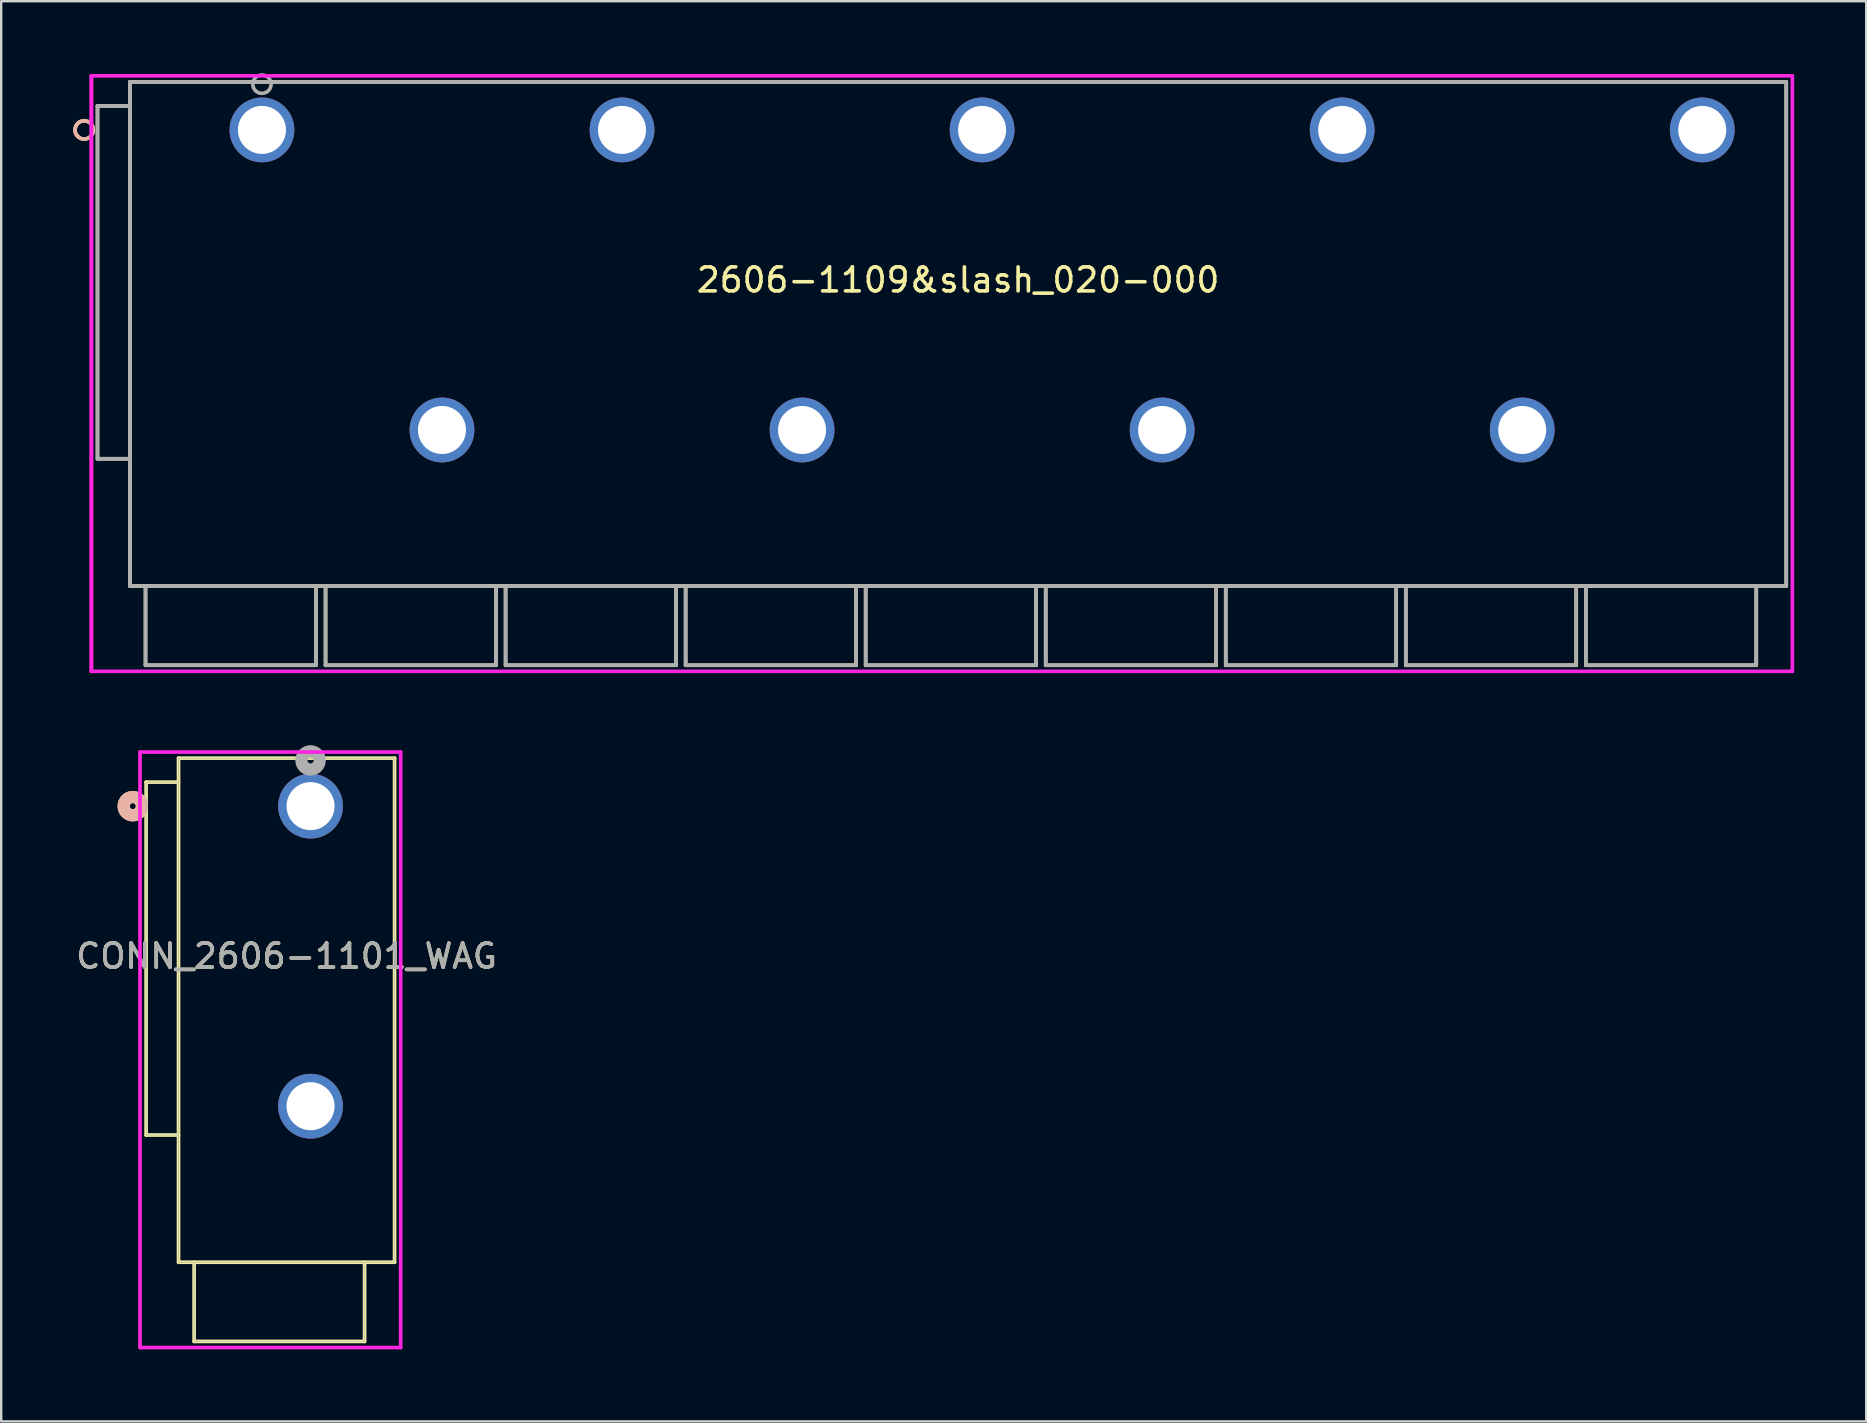
<source format=kicad_pcb>
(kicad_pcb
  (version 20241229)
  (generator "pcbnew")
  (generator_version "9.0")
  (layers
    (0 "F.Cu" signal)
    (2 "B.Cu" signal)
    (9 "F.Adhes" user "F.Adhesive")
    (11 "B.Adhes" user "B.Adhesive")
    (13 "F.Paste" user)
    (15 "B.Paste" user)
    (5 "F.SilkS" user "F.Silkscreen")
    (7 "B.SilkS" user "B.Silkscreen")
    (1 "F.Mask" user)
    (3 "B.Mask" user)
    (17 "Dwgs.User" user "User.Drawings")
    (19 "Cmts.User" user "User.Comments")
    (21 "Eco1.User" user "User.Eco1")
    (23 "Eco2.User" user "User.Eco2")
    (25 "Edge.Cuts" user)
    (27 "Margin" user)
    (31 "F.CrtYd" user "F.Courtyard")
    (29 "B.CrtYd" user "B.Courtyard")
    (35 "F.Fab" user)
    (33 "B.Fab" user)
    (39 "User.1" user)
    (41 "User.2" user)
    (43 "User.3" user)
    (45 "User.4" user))
  (footprint "2606-1109&slash_020-000"
    (layer "F.Cu")
    (at 7.862 2.362)
    (property "Reference" "2606-1109&slash_020-000" (at 29 6.25 0) (layer "F.SilkS") (effects (font (size 1 1) (thickness 0.15))))
    (attr through_hole)
    (fp_line (start -6.85 13.7) (end -6.85 -1) (stroke (width 0.152) (type solid)) (layer "F.SilkS"))
    (fp_line (start -5.5 -1) (end -6.85 -1) (stroke (width 0.152) (type solid)) (layer "F.SilkS"))
    (fp_line (start -5.5 13.7) (end -6.85 13.7) (stroke (width 0.152) (type solid)) (layer "F.SilkS"))
    (fp_line (start -5.5 -2) (end 63.5 -2) (stroke (width 0.152) (type solid)) (layer "F.SilkS"))
    (fp_line (start -5.5 19) (end -5.5 -2) (stroke (width 0.152) (type solid)) (layer "F.SilkS"))
    (fp_line (start -5.5 19) (end 63.5 19) (stroke (width 0.152) (type solid)) (layer "F.SilkS"))
    (fp_line (start -4.85 19) (end -4.85 22.3) (stroke (width 0.152) (type solid)) (layer "F.SilkS"))
    (fp_line (start -4.85 22.3) (end 2.25 22.3) (stroke (width 0.152) (type solid)) (layer "F.SilkS"))
    (fp_line (start 2.25 19) (end 2.25 22.3) (stroke (width 0.152) (type solid)) (layer "F.SilkS"))
    (fp_line (start 2.65 19) (end 2.65 22.3) (stroke (width 0.152) (type solid)) (layer "F.SilkS"))
    (fp_line (start 2.65 22.3) (end 9.75 22.3) (stroke (width 0.152) (type solid)) (layer "F.SilkS"))
    (fp_line (start 9.75 19) (end 9.75 22.3) (stroke (width 0.152) (type solid)) (layer "F.SilkS"))
    (fp_line (start 10.15 19) (end 10.15 22.3) (stroke (width 0.152) (type solid)) (layer "F.SilkS"))
    (fp_line (start 10.15 22.3) (end 17.25 22.3) (stroke (width 0.152) (type solid)) (layer "F.SilkS"))
    (fp_line (start 17.25 19) (end 17.25 22.3) (stroke (width 0.152) (type solid)) (layer "F.SilkS"))
    (fp_line (start 17.65 19) (end 17.65 22.3) (stroke (width 0.152) (type solid)) (layer "F.SilkS"))
    (fp_line (start 17.65 22.3) (end 24.75 22.3) (stroke (width 0.152) (type solid)) (layer "F.SilkS"))
    (fp_line (start 24.75 19) (end 24.75 22.3) (stroke (width 0.152) (type solid)) (layer "F.SilkS"))
    (fp_line (start 25.15 19) (end 25.15 22.3) (stroke (width 0.152) (type solid)) (layer "F.SilkS"))
    (fp_line (start 25.15 22.3) (end 32.25 22.3) (stroke (width 0.152) (type solid)) (layer "F.SilkS"))
    (fp_line (start 32.25 19) (end 32.25 22.3) (stroke (width 0.152) (type solid)) (layer "F.SilkS"))
    (fp_line (start 32.65 19) (end 32.65 22.3) (stroke (width 0.152) (type solid)) (layer "F.SilkS"))
    (fp_line (start 32.65 22.3) (end 39.75 22.3) (stroke (width 0.152) (type solid)) (layer "F.SilkS"))
    (fp_line (start 39.75 19) (end 39.75 22.3) (stroke (width 0.152) (type solid)) (layer "F.SilkS"))
    (fp_line (start 40.15 19) (end 40.15 22.3) (stroke (width 0.152) (type solid)) (layer "F.SilkS"))
    (fp_line (start 40.15 22.3) (end 47.25 22.3) (stroke (width 0.152) (type solid)) (layer "F.SilkS"))
    (fp_line (start 47.25 19) (end 47.25 22.3) (stroke (width 0.152) (type solid)) (layer "F.SilkS"))
    (fp_line (start 47.65 19) (end 47.65 22.3) (stroke (width 0.152) (type solid)) (layer "F.SilkS"))
    (fp_line (start 47.65 22.3) (end 54.75 22.3) (stroke (width 0.152) (type solid)) (layer "F.SilkS"))
    (fp_line (start 54.75 19) (end 54.75 22.3) (stroke (width 0.152) (type solid)) (layer "F.SilkS"))
    (fp_line (start 55.15 19) (end 55.15 22.3) (stroke (width 0.152) (type solid)) (layer "F.SilkS"))
    (fp_line (start 55.15 22.3) (end 62.25 22.3) (stroke (width 0.152) (type solid)) (layer "F.SilkS"))
    (fp_line (start 62.25 19) (end 62.25 22.3) (stroke (width 0.152) (type solid)) (layer "F.SilkS"))
    (fp_line (start 63.5 -2) (end 63.5 19) (stroke (width 0.152) (type solid)) (layer "F.SilkS"))
    (fp_circle (center -7.405 0) (end -7.024 0) (stroke (width 0.152) (type solid)) (fill no) (layer "F.SilkS"))
    (fp_circle (center -7.405 0) (end -7.024 0) (stroke (width 0.152) (type solid)) (fill no) (layer "B.SilkS"))
    (fp_line (start -7.104 -2.254) (end -7.104 22.554) (stroke (width 0.152) (type solid)) (layer "F.CrtYd"))
    (fp_line (start -7.104 -2.254) (end -7.104 22.554) (stroke (width 0.152) (type solid)) (layer "F.CrtYd"))
    (fp_line (start -7.104 22.554) (end 63.754 22.554) (stroke (width 0.152) (type solid)) (layer "F.CrtYd"))
    (fp_line (start 63.754 -2.254) (end -7.104 -2.254) (stroke (width 0.152) (type solid)) (layer "F.CrtYd"))
    (fp_line (start 63.754 22.554) (end 63.754 -2.254) (stroke (width 0.152) (type solid)) (layer "F.CrtYd"))
    (fp_line (start -6.85 13.7) (end -6.85 -1) (stroke (width 0.152) (type solid)) (layer "F.Fab"))
    (fp_line (start -5.5 -1) (end -6.85 -1) (stroke (width 0.152) (type solid)) (layer "F.Fab"))
    (fp_line (start -5.5 13.7) (end -6.85 13.7) (stroke (width 0.152) (type solid)) (layer "F.Fab"))
    (fp_line (start -5.5 -2) (end 63.5 -2) (stroke (width 0.152) (type solid)) (layer "F.Fab"))
    (fp_line (start -5.5 19) (end -5.5 -2) (stroke (width 0.152) (type solid)) (layer "F.Fab"))
    (fp_line (start -5.5 19) (end 63.5 19) (stroke (width 0.152) (type solid)) (layer "F.Fab"))
    (fp_line (start -4.85 19) (end -4.85 22.3) (stroke (width 0.152) (type solid)) (layer "F.Fab"))
    (fp_line (start -4.85 22.3) (end 2.25 22.3) (stroke (width 0.152) (type solid)) (layer "F.Fab"))
    (fp_line (start 2.25 19) (end 2.25 22.3) (stroke (width 0.152) (type solid)) (layer "F.Fab"))
    (fp_line (start 2.65 19) (end 2.65 22.3) (stroke (width 0.152) (type solid)) (layer "F.Fab"))
    (fp_line (start 2.65 22.3) (end 9.75 22.3) (stroke (width 0.152) (type solid)) (layer "F.Fab"))
    (fp_line (start 9.75 19) (end 9.75 22.3) (stroke (width 0.152) (type solid)) (layer "F.Fab"))
    (fp_line (start 10.15 19) (end 10.15 22.3) (stroke (width 0.152) (type solid)) (layer "F.Fab"))
    (fp_line (start 10.15 22.3) (end 17.25 22.3) (stroke (width 0.152) (type solid)) (layer "F.Fab"))
    (fp_line (start 17.25 19) (end 17.25 22.3) (stroke (width 0.152) (type solid)) (layer "F.Fab"))
    (fp_line (start 17.65 19) (end 17.65 22.3) (stroke (width 0.152) (type solid)) (layer "F.Fab"))
    (fp_line (start 17.65 22.3) (end 24.75 22.3) (stroke (width 0.152) (type solid)) (layer "F.Fab"))
    (fp_line (start 24.75 19) (end 24.75 22.3) (stroke (width 0.152) (type solid)) (layer "F.Fab"))
    (fp_line (start 25.15 19) (end 25.15 22.3) (stroke (width 0.152) (type solid)) (layer "F.Fab"))
    (fp_line (start 25.15 22.3) (end 32.25 22.3) (stroke (width 0.152) (type solid)) (layer "F.Fab"))
    (fp_line (start 32.25 19) (end 32.25 22.3) (stroke (width 0.152) (type solid)) (layer "F.Fab"))
    (fp_line (start 32.65 19) (end 32.65 22.3) (stroke (width 0.152) (type solid)) (layer "F.Fab"))
    (fp_line (start 32.65 22.3) (end 39.75 22.3) (stroke (width 0.152) (type solid)) (layer "F.Fab"))
    (fp_line (start 39.75 19) (end 39.75 22.3) (stroke (width 0.152) (type solid)) (layer "F.Fab"))
    (fp_line (start 40.15 19) (end 40.15 22.3) (stroke (width 0.152) (type solid)) (layer "F.Fab"))
    (fp_line (start 40.15 22.3) (end 47.25 22.3) (stroke (width 0.152) (type solid)) (layer "F.Fab"))
    (fp_line (start 47.25 19) (end 47.25 22.3) (stroke (width 0.152) (type solid)) (layer "F.Fab"))
    (fp_line (start 47.65 19) (end 47.65 22.3) (stroke (width 0.152) (type solid)) (layer "F.Fab"))
    (fp_line (start 47.65 22.3) (end 54.75 22.3) (stroke (width 0.152) (type solid)) (layer "F.Fab"))
    (fp_line (start 54.75 19) (end 54.75 22.3) (stroke (width 0.152) (type solid)) (layer "F.Fab"))
    (fp_line (start 55.15 19) (end 55.15 22.3) (stroke (width 0.152) (type solid)) (layer "F.Fab"))
    (fp_line (start 55.15 22.3) (end 62.25 22.3) (stroke (width 0.152) (type solid)) (layer "F.Fab"))
    (fp_line (start 62.25 19) (end 62.25 22.3) (stroke (width 0.152) (type solid)) (layer "F.Fab"))
    (fp_line (start 63.5 -2) (end 63.5 19) (stroke (width 0.152) (type solid)) (layer "F.Fab"))
    (fp_circle (center 0 -1.905) (end 0.381 -1.905) (stroke (width 0.152) (type solid)) (fill no) (layer "F.Fab"))
    (fp_text user "Copyright 2016 Accelerated Designs. All rights reserved." (at 0 0 0) (layer "Cmts.User") (effects (font (size 0.127 0.127) (thickness 0.002))))
    (pad "1" thru_hole circle (at 0 0) (size 2.7 2.7) (drill 2) (layers "*.Cu" "*.Mask"))
    (pad "2" thru_hole circle (at 7.5 12.5) (size 2.7 2.7) (drill 2) (layers "*.Cu" "*.Mask"))
    (pad "3" thru_hole circle (at 15 0) (size 2.7 2.7) (drill 2) (layers "*.Cu" "*.Mask"))
    (pad "4" thru_hole circle (at 22.5 12.5) (size 2.7 2.7) (drill 2) (layers "*.Cu" "*.Mask"))
    (pad "5" thru_hole circle (at 30 0) (size 2.7 2.7) (drill 2) (layers "*.Cu" "*.Mask"))
    (pad "6" thru_hole circle (at 37.5 12.5) (size 2.7 2.7) (drill 2) (layers "*.Cu" "*.Mask"))
    (pad "7" thru_hole circle (at 45 0) (size 2.7 2.7) (drill 2) (layers "*.Cu" "*.Mask"))
    (pad "8" thru_hole circle (at 52.5 12.5) (size 2.7 2.7) (drill 2) (layers "*.Cu" "*.Mask"))
    (pad "9" thru_hole circle (at 60 0) (size 2.7 2.7) (drill 2) (layers "*.Cu" "*.Mask")))
  (footprint "CONN_2606-1101_WAG"
    (layer "F.Cu")
    (at 9.887 30.532)
    (property "Reference" "CONN_2606-1101_WAG" (at -1 6.25 0) (unlocked yes) (layer "F.SilkS") (effects (font (size 1 1) (thickness 0.15))))
    (attr through_hole)
    (fp_line (start -6.85 13.7) (end -6.85 -1) (stroke (width 0.152) (type solid)) (layer "F.SilkS"))
    (fp_line (start -5.5 -2) (end 3.5 -2) (stroke (width 0.152) (type solid)) (layer "F.SilkS"))
    (fp_line (start -5.5 -1) (end -6.85 -1) (stroke (width 0.152) (type solid)) (layer "F.SilkS"))
    (fp_line (start -5.5 13.7) (end -6.85 13.7) (stroke (width 0.152) (type solid)) (layer "F.SilkS"))
    (fp_line (start -5.5 19) (end -5.5 -2) (stroke (width 0.152) (type solid)) (layer "F.SilkS"))
    (fp_line (start -5.5 19) (end 3.5 19) (stroke (width 0.152) (type solid)) (layer "F.SilkS"))
    (fp_line (start -4.85 19) (end -4.85 22.3) (stroke (width 0.152) (type solid)) (layer "F.SilkS"))
    (fp_line (start -4.85 22.3) (end 2.25 22.3) (stroke (width 0.152) (type solid)) (layer "F.SilkS"))
    (fp_line (start 2.25 19) (end 2.25 22.3) (stroke (width 0.152) (type solid)) (layer "F.SilkS"))
    (fp_line (start 3.5 -2) (end 3.5 19) (stroke (width 0.152) (type solid)) (layer "F.SilkS"))
    (fp_circle (center -7.405 0) (end -7.024 0) (stroke (width 0.508) (type solid)) (fill no) (layer "F.SilkS"))
    (fp_circle (center -7.405 0) (end -7.024 0) (stroke (width 0.508) (type solid)) (fill no) (layer "B.SilkS"))
    (fp_line (start -7.104 -2.254) (end -7.104 22.554) (stroke (width 0.152) (type solid)) (layer "F.CrtYd"))
    (fp_line (start -7.104 22.554) (end 3.754 22.554) (stroke (width 0.152) (type solid)) (layer "F.CrtYd"))
    (fp_line (start 3.754 -2.254) (end -7.104 -2.254) (stroke (width 0.152) (type solid)) (layer "F.CrtYd"))
    (fp_line (start 3.754 22.554) (end 3.754 -2.254) (stroke (width 0.152) (type solid)) (layer "F.CrtYd"))
    (fp_line (start -6.85 13.7) (end -6.85 -1) (stroke (width 0.025) (type solid)) (layer "F.Fab"))
    (fp_line (start -5.5 -2) (end 3.5 -2) (stroke (width 0.025) (type solid)) (layer "F.Fab"))
    (fp_line (start -5.5 -1) (end -6.85 -1) (stroke (width 0.025) (type solid)) (layer "F.Fab"))
    (fp_line (start -5.5 13.7) (end -6.85 13.7) (stroke (width 0.025) (type solid)) (layer "F.Fab"))
    (fp_line (start -5.5 19) (end -5.5 -2) (stroke (width 0.025) (type solid)) (layer "F.Fab"))
    (fp_line (start -5.5 19) (end 3.5 19) (stroke (width 0.025) (type solid)) (layer "F.Fab"))
    (fp_line (start -4.85 19) (end -4.85 22.3) (stroke (width 0.025) (type solid)) (layer "F.Fab"))
    (fp_line (start -4.85 22.3) (end 2.25 22.3) (stroke (width 0.025) (type solid)) (layer "F.Fab"))
    (fp_line (start 2.25 19) (end 2.25 22.3) (stroke (width 0.025) (type solid)) (layer "F.Fab"))
    (fp_line (start 3.5 -2) (end 3.5 19) (stroke (width 0.025) (type solid)) (layer "F.Fab"))
    (fp_circle (center 0 -1.905) (end 0.381 -1.905) (stroke (width 0.508) (type solid)) (fill no) (layer "F.Fab"))
    (fp_text user "${REFERENCE}" (at -1 6.25 0) (unlocked yes) (layer "F.Fab") (effects (font (size 1 1) (thickness 0.15))))
    (pad "1" thru_hole circle (at 0 0) (size 2.7 2.7) (drill 2) (layers "*.Cu" "*.Mask"))
    (pad "2" thru_hole circle (at 0 12.5) (size 2.7 2.7) (drill 2) (layers "*.Cu" "*.Mask")))
  (gr_rect
    (start -3 -3)
    (end 74.692 56.163)
    (stroke (width 0.1) (type default))
    (fill no)
    (layer "Edge.Cuts")))
</source>
